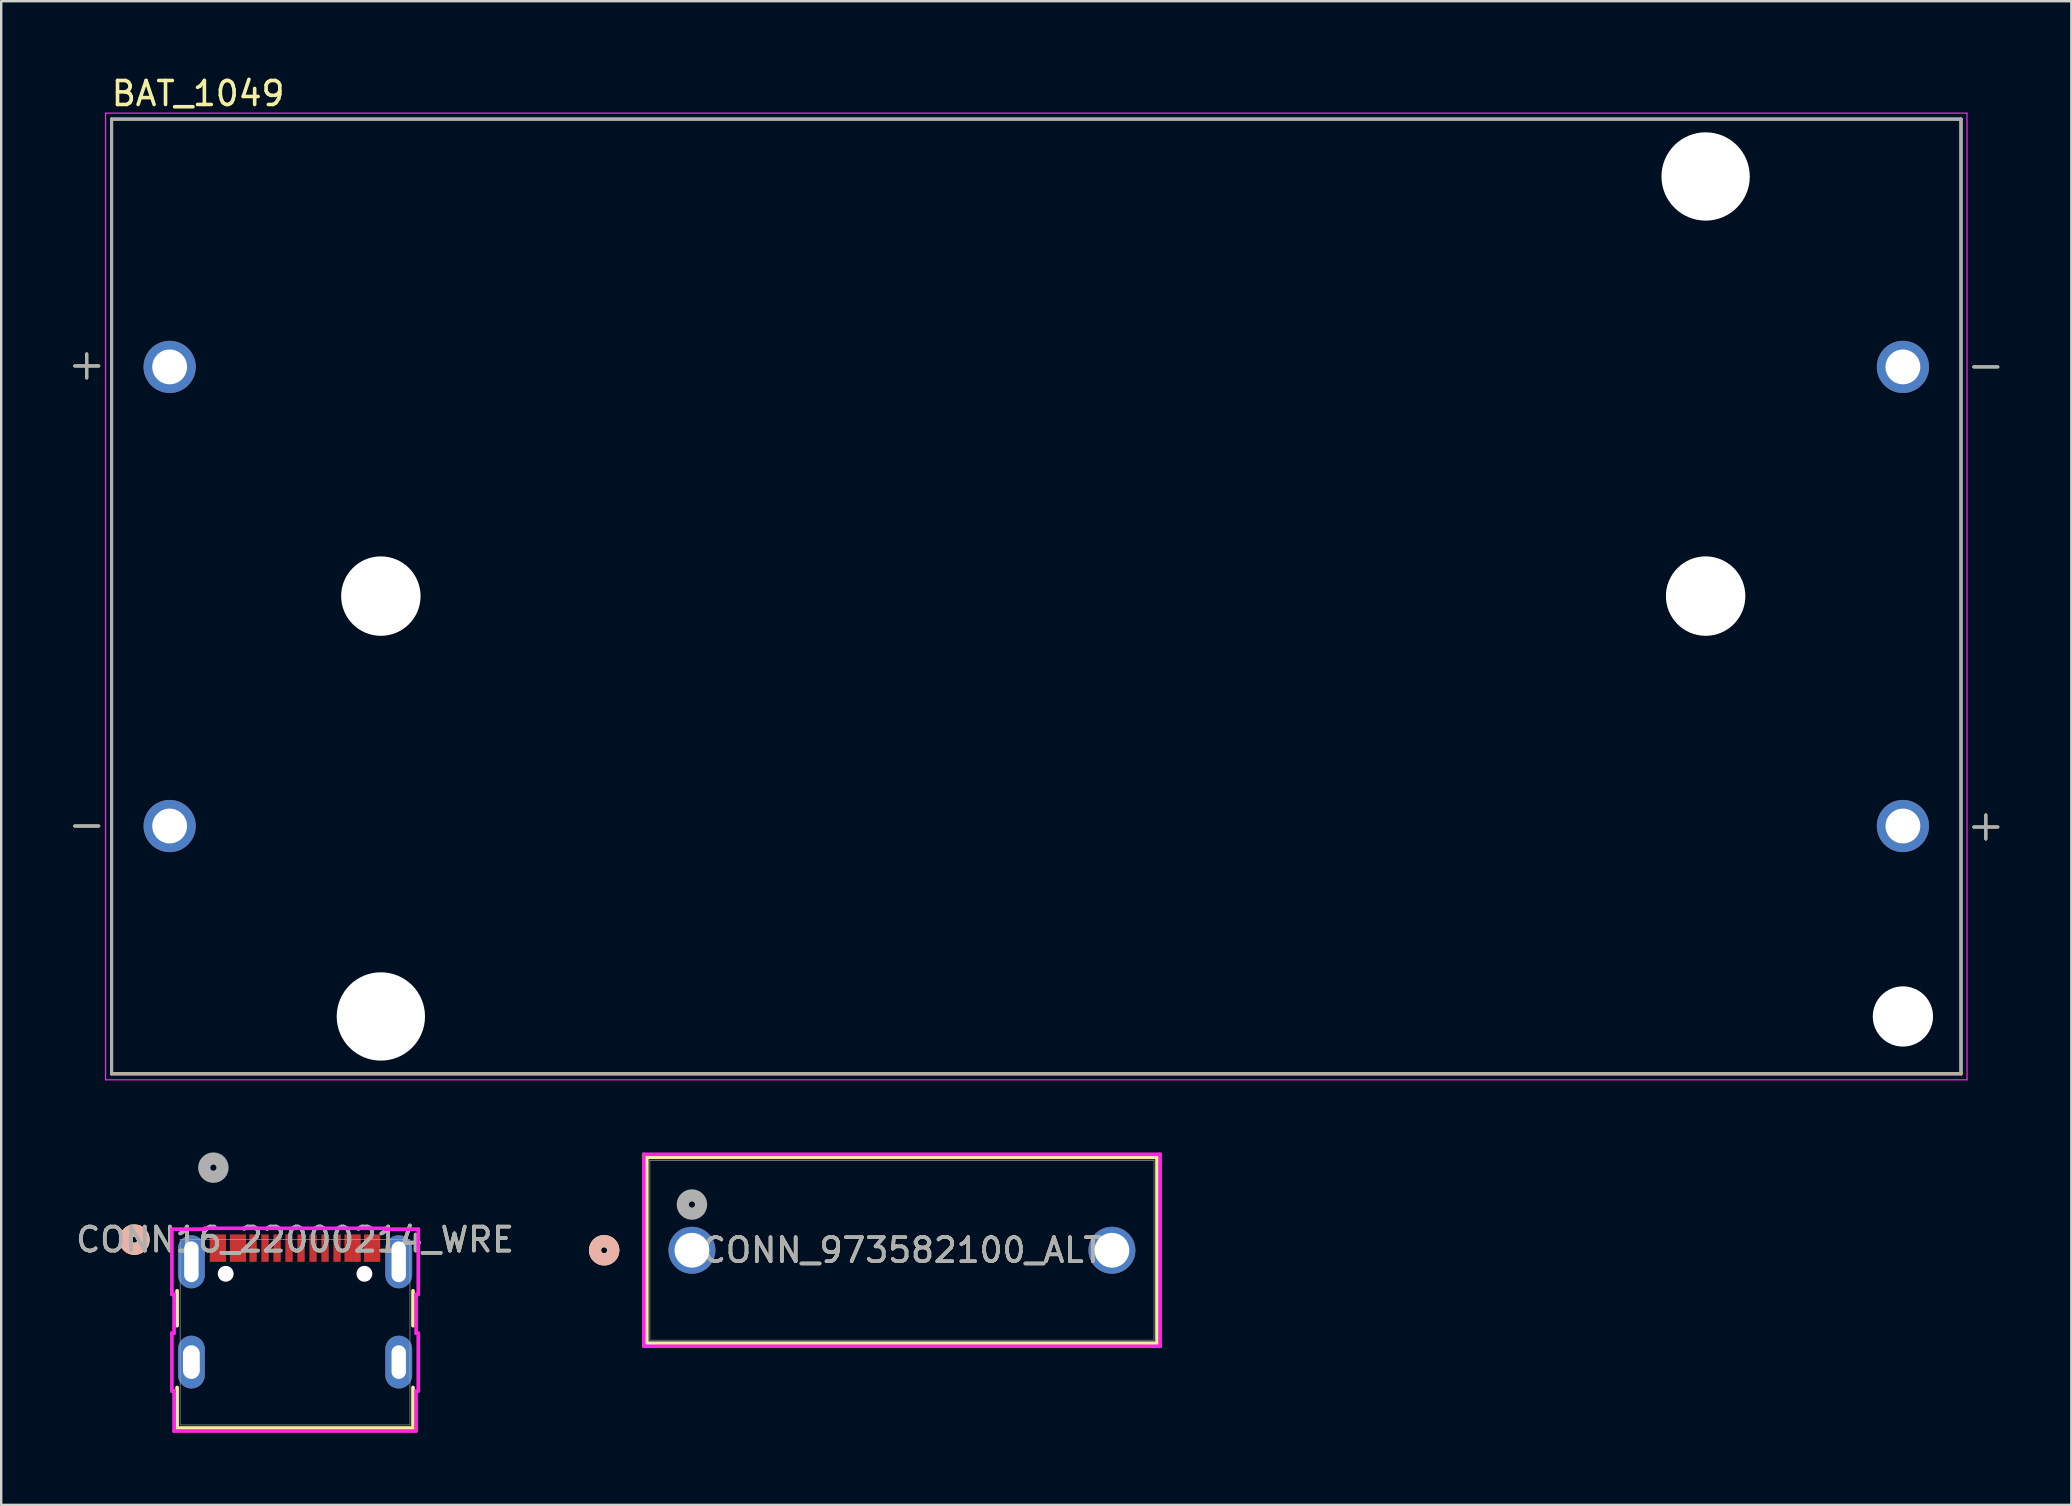
<source format=kicad_pcb>
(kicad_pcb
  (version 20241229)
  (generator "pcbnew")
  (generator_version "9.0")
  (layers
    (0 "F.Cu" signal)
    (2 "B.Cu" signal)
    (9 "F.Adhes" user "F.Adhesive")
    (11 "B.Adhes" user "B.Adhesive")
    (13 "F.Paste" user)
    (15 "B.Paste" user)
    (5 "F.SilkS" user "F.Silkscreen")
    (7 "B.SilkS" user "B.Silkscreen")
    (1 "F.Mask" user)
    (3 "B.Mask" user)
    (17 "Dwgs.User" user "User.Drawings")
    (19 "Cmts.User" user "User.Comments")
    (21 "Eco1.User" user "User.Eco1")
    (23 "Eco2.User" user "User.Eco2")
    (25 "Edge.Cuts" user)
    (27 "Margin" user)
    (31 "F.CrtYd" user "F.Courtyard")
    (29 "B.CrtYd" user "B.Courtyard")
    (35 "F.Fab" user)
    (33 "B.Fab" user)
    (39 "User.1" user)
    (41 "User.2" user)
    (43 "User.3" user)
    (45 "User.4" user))
  (footprint "BAT_1049"
    (layer "F.Cu")
    (at 40.129 21.803)
    (property "Reference" "BAT_1049" (at -34.925 -20.955 0) (layer "F.SilkS") (effects (font (size 1 1) (thickness 0.15))))
    (attr through_hole)
    (fp_line (start -40.065 9.565) (end -39.065 9.565) (stroke (width 0.127) (type solid)) (layer "F.SilkS"))
    (fp_line (start -39.565 -9.105) (end -39.565 -10.105) (stroke (width 0.127) (type solid)) (layer "F.SilkS"))
    (fp_line (start -39.065 -9.605) (end -40.065 -9.605) (stroke (width 0.127) (type solid)) (layer "F.SilkS"))
    (fp_line (start -38.53 -19.89) (end 38.53 -19.89) (stroke (width 0.127) (type solid)) (layer "F.SilkS"))
    (fp_line (start -38.53 19.89) (end -38.53 -19.89) (stroke (width 0.127) (type solid)) (layer "F.SilkS"))
    (fp_line (start 38.53 -19.89) (end 38.53 19.89) (stroke (width 0.127) (type solid)) (layer "F.SilkS"))
    (fp_line (start 38.53 19.89) (end -38.53 19.89) (stroke (width 0.127) (type solid)) (layer "F.SilkS"))
    (fp_line (start 39.065 9.605) (end 40.065 9.605) (stroke (width 0.127) (type solid)) (layer "F.SilkS"))
    (fp_line (start 39.565 9.105) (end 39.565 10.105) (stroke (width 0.127) (type solid)) (layer "F.SilkS"))
    (fp_line (start 40.065 -9.565) (end 39.065 -9.565) (stroke (width 0.127) (type solid)) (layer "F.SilkS"))
    (fp_line (start -38.78 -20.14) (end 38.78 -20.14) (stroke (width 0.05) (type solid)) (layer "F.CrtYd"))
    (fp_line (start -38.78 20.14) (end -38.78 -20.14) (stroke (width 0.05) (type solid)) (layer "F.CrtYd"))
    (fp_line (start 38.78 -20.14) (end 38.78 20.14) (stroke (width 0.05) (type solid)) (layer "F.CrtYd"))
    (fp_line (start 38.78 20.14) (end -38.78 20.14) (stroke (width 0.05) (type solid)) (layer "F.CrtYd"))
    (fp_line (start -40.065 -9.605) (end -39.065 -9.605) (stroke (width 0.127) (type solid)) (layer "F.Fab"))
    (fp_line (start -40.065 9.565) (end -39.065 9.565) (stroke (width 0.127) (type solid)) (layer "F.Fab"))
    (fp_line (start -39.565 -9.105) (end -39.565 -10.105) (stroke (width 0.127) (type solid)) (layer "F.Fab"))
    (fp_line (start -38.53 -19.89) (end 38.53 -19.89) (stroke (width 0.127) (type solid)) (layer "F.Fab"))
    (fp_line (start -38.53 19.89) (end -38.53 -19.89) (stroke (width 0.127) (type solid)) (layer "F.Fab"))
    (fp_line (start 38.53 -19.89) (end 38.53 19.89) (stroke (width 0.127) (type solid)) (layer "F.Fab"))
    (fp_line (start 38.53 19.89) (end -38.53 19.89) (stroke (width 0.127) (type solid)) (layer "F.Fab"))
    (fp_line (start 39.565 9.105) (end 39.565 10.105) (stroke (width 0.127) (type solid)) (layer "F.Fab"))
    (fp_line (start 40.065 -9.565) (end 39.065 -9.565) (stroke (width 0.127) (type solid)) (layer "F.Fab"))
    (fp_line (start 40.065 9.605) (end 39.065 9.605) (stroke (width 0.127) (type solid)) (layer "F.Fab"))
    (pad "" np_thru_hole circle (at -27.31 -0.015) (size 3.31 3.31) (drill 3.31) (layers "*.Cu" "*.Mask"))
    (pad "" np_thru_hole circle (at -27.31 17.5) (size 3.68 3.68) (drill 3.68) (layers "*.Cu" "*.Mask"))
    (pad "" np_thru_hole circle (at 27.89 -17.5) (size 3.68 3.68) (drill 3.68) (layers "*.Cu" "*.Mask"))
    (pad "" np_thru_hole circle (at 27.89 -0.015) (size 3.31 3.31) (drill 3.31) (layers "*.Cu" "*.Mask"))
    (pad "" np_thru_hole circle (at 36.11 17.5) (size 2.51 2.51) (drill 2.51) (layers "*.Cu" "*.Mask"))
    (pad "N1" thru_hole circle (at 36.11 -9.565) (size 2.175 2.175) (drill 1.45) (layers "*.Cu" "*.Mask"))
    (pad "N2" thru_hole circle (at -36.11 9.565) (size 2.175 2.175) (drill 1.45) (layers "*.Cu" "*.Mask"))
    (pad "P1" thru_hole circle (at -36.11 -9.565) (size 2.175 2.175) (drill 1.45) (layers "*.Cu" "*.Mask"))
    (pad "P2" thru_hole circle (at 36.11 9.565) (size 2.175 2.175) (drill 1.45) (layers "*.Cu" "*.Mask")))
  (footprint "CONN16_22000214_WRE"
    (layer "F.Cu")
    (at 5.841 48.956)
    (property "Reference" "CONN16_22000214_WRE" (at 3.403 -0.353 0) (unlocked yes) (layer "F.SilkS") (effects (font (size 1 1) (thickness 0.15))))
    (attr smd)
    (fp_line (start -1.512 1.779) (end -1.512 3.233) (stroke (width 0.152) (type solid)) (layer "F.SilkS"))
    (fp_line (start -1.512 5.807) (end -1.512 7.496) (stroke (width 0.152) (type solid)) (layer "F.SilkS"))
    (fp_line (start -1.512 7.496) (end 8.318 7.496) (stroke (width 0.152) (type solid)) (layer "F.SilkS"))
    (fp_line (start 8.318 3.233) (end 8.318 1.779) (stroke (width 0.152) (type solid)) (layer "F.SilkS"))
    (fp_line (start 8.318 7.496) (end 8.318 5.807) (stroke (width 0.152) (type solid)) (layer "F.SilkS"))
    (fp_circle (center -3.29 -0.353) (end -2.909 -0.353) (stroke (width 0.508) (type solid)) (fill no) (layer "F.SilkS"))
    (fp_circle (center -3.29 -0.353) (end -2.909 -0.353) (stroke (width 0.508) (type solid)) (fill no) (layer "B.SilkS"))
    (fp_poly (pts (xy 1.309 0.218) (xy 0.699 0.218) (xy 0.699 -0.924) (xy 1.309 -0.924)) (stroke (width 0) (type solid)) (fill yes) (layer "F.Paste"))
    (fp_poly (pts (xy 5.498 0.218) (xy 5.498 -0.924) (xy 6.108 -0.924) (xy 6.108 0.218)) (stroke (width 0) (type solid)) (fill yes) (layer "F.Paste"))
    (fp_poly (pts (xy 6.299 0.218) (xy 6.299 -0.924) (xy 6.908 -0.924) (xy 6.908 0.218)) (stroke (width 0) (type solid)) (fill yes) (layer "F.Paste"))
    (fp_line (start -1.729 -0.79) (end -1.729 1.928) (stroke (width 0.152) (type solid)) (layer "F.CrtYd"))
    (fp_line (start -1.729 1.928) (end -1.639 1.928) (stroke (width 0.152) (type solid)) (layer "F.CrtYd"))
    (fp_line (start -1.729 3.542) (end -1.729 5.955) (stroke (width 0.152) (type solid)) (layer "F.CrtYd"))
    (fp_line (start -1.729 5.955) (end -1.639 5.955) (stroke (width 0.152) (type solid)) (layer "F.CrtYd"))
    (fp_line (start -1.639 1.928) (end -1.639 3.542) (stroke (width 0.152) (type solid)) (layer "F.CrtYd"))
    (fp_line (start -1.639 3.542) (end -1.729 3.542) (stroke (width 0.152) (type solid)) (layer "F.CrtYd"))
    (fp_line (start -1.639 5.955) (end -1.639 7.623) (stroke (width 0.152) (type solid)) (layer "F.CrtYd"))
    (fp_line (start -1.639 7.623) (end 8.445 7.623) (stroke (width 0.152) (type solid)) (layer "F.CrtYd"))
    (fp_line (start -0.356 -0.826) (end -0.356 -0.79) (stroke (width 0.152) (type solid)) (layer "F.CrtYd"))
    (fp_line (start -0.356 -0.79) (end -1.729 -0.79) (stroke (width 0.152) (type solid)) (layer "F.CrtYd"))
    (fp_line (start 7.162 -0.826) (end -0.356 -0.826) (stroke (width 0.152) (type solid)) (layer "F.CrtYd"))
    (fp_line (start 7.162 -0.79) (end 7.162 -0.826) (stroke (width 0.152) (type solid)) (layer "F.CrtYd"))
    (fp_line (start 8.445 7.623) (end 8.445 5.955) (stroke (width 0.152) (type solid)) (layer "F.CrtYd"))
    (fp_line (start 8.445 5.955) (end 8.536 5.955) (stroke (width 0.152) (type solid)) (layer "F.CrtYd"))
    (fp_line (start 8.445 3.542) (end 8.445 1.928) (stroke (width 0.152) (type solid)) (layer "F.CrtYd"))
    (fp_line (start 8.445 1.928) (end 8.536 1.928) (stroke (width 0.152) (type solid)) (layer "F.CrtYd"))
    (fp_line (start 8.536 -0.79) (end 7.162 -0.79) (stroke (width 0.152) (type solid)) (layer "F.CrtYd"))
    (fp_line (start 8.536 1.928) (end 8.536 -0.79) (stroke (width 0.152) (type solid)) (layer "F.CrtYd"))
    (fp_line (start 8.536 3.542) (end 8.445 3.542) (stroke (width 0.152) (type solid)) (layer "F.CrtYd"))
    (fp_line (start 8.536 5.955) (end 8.536 3.542) (stroke (width 0.152) (type solid)) (layer "F.CrtYd"))
    (fp_line (start -1.385 -0.353) (end -1.385 7.369) (stroke (width 0.025) (type solid)) (layer "F.Fab"))
    (fp_line (start -1.385 7.369) (end 8.191 7.369) (stroke (width 0.025) (type solid)) (layer "F.Fab"))
    (fp_line (start 8.191 -0.353) (end -1.385 -0.353) (stroke (width 0.025) (type solid)) (layer "F.Fab"))
    (fp_line (start 8.191 7.369) (end 8.191 -0.353) (stroke (width 0.025) (type solid)) (layer "F.Fab"))
    (fp_circle (center 0 -3.353) (end 0.381 -3.353) (stroke (width 0.508) (type solid)) (fill no) (layer "F.Fab"))
    (fp_text user "${REFERENCE}" (at 3.403 -0.353 0) (unlocked yes) (layer "F.Fab") (effects (font (size 1 1) (thickness 0.15))))
    (pad "" np_thru_hole circle (at 0.513 1.069) (size 0.66 0.66) (drill 0.66) (layers "*.Cu" "*.Mask"))
    (pad "" np_thru_hole circle (at 6.293 1.069) (size 0.66 0.66) (drill 0.66) (layers "*.Cu" "*.Mask"))
    (pad "1" thru_hole oval (at -0.917 0.569 90) (size 2.21 1.118) (drill oval 1.7 0.6) (layers "*.Cu" "*.Mask"))
    (pad "1" thru_hole oval (at -0.917 4.749 90) (size 2.2 1.118) (drill oval 1.4 0.7) (layers "*.Cu" "*.Mask"))
    (pad "1" thru_hole oval (at 7.723 0.569 90) (size 2.21 1.118) (drill oval 1.7 0.6) (layers "*.Cu" "*.Mask"))
    (pad "1" thru_hole oval (at 7.723 4.749 90) (size 2.2 1.118) (drill oval 1.4 0.6) (layers "*.Cu" "*.Mask"))
    (pad "A1" smd rect (at 0 0) (size 0.305 1.143) (layers "F.Cu" "F.Mask" "F.Paste"))
    (pad "A4" smd rect (at 0.838 0) (size 0.305 1.143) (layers "F.Cu" "F.Mask" "F.Paste"))
    (pad "A5" smd rect (at 2.153 0) (size 0.305 1.143) (layers "F.Cu" "F.Mask" "F.Paste"))
    (pad "A6" smd rect (at 3.153 0) (size 0.305 1.143) (layers "F.Cu" "F.Mask" "F.Paste"))
    (pad "A7" smd rect (at 3.653 0) (size 0.305 1.143) (layers "F.Cu" "F.Mask" "F.Paste"))
    (pad "A8" smd rect (at 4.654 0) (size 0.305 1.143) (layers "F.Cu" "F.Mask" "F.Paste"))
    (pad "A9" smd rect (at 5.987 0) (size 0.305 1.143) (layers "F.Cu" "F.Mask" "F.Paste"))
    (pad "A12" smd rect (at 6.8 0) (size 0.305 1.143) (layers "F.Cu" "F.Mask" "F.Paste"))
    (pad "B1" smd rect (at 6.469 0) (size 0.39 1.143) (layers "F.Cu" "F.Mask" "F.Paste"))
    (pad "B4" smd rect (at 5.657 0) (size 0.39 1.143) (layers "F.Cu" "F.Mask" "F.Paste"))
    (pad "B5" smd rect (at 5.154 0) (size 0.305 1.143) (layers "F.Cu" "F.Mask" "F.Paste"))
    (pad "B6" smd rect (at 4.154 0) (size 0.305 1.143) (layers "F.Cu" "F.Mask" "F.Paste"))
    (pad "B7" smd rect (at 2.653 0) (size 0.305 1.143) (layers "F.Cu" "F.Mask" "F.Paste"))
    (pad "B8" smd rect (at 1.653 0) (size 0.305 1.143) (layers "F.Cu" "F.Mask" "F.Paste"))
    (pad "B9" smd rect (at 1.168 0) (size 0.39 1.143) (layers "F.Cu" "F.Mask" "F.Paste"))
    (pad "B12" smd rect (at 0.33 0) (size 0.39 1.143) (layers "F.Cu" "F.Mask" "F.Paste")))
  (footprint "CONN_973582100_ALT"
    (layer "F.Cu")
    (at 25.781 49.045)
    (property "Reference" "CONN_973582100_ALT" (at 8.75 0 0) (unlocked yes) (layer "F.SilkS") (effects (font (size 1 1) (thickness 0.15))))
    (attr through_hole)
    (fp_line (start -1.88 -3.873) (end -1.88 3.873) (stroke (width 0.152) (type solid)) (layer "F.SilkS"))
    (fp_line (start -1.88 3.873) (end 19.38 3.873) (stroke (width 0.152) (type solid)) (layer "F.SilkS"))
    (fp_line (start 19.38 -3.873) (end -1.88 -3.873) (stroke (width 0.152) (type solid)) (layer "F.SilkS"))
    (fp_line (start 19.38 3.873) (end 19.38 -3.873) (stroke (width 0.152) (type solid)) (layer "F.SilkS"))
    (fp_circle (center -3.658 0) (end -3.277 0) (stroke (width 0.508) (type solid)) (fill no) (layer "F.SilkS"))
    (fp_circle (center -3.658 0) (end -3.277 0) (stroke (width 0.508) (type solid)) (fill no) (layer "B.SilkS"))
    (fp_line (start -2.007 -4) (end -2.007 4) (stroke (width 0.152) (type solid)) (layer "F.CrtYd"))
    (fp_line (start -2.007 4) (end 19.507 4) (stroke (width 0.152) (type solid)) (layer "F.CrtYd"))
    (fp_line (start 19.507 -4) (end -2.007 -4) (stroke (width 0.152) (type solid)) (layer "F.CrtYd"))
    (fp_line (start 19.507 4) (end 19.507 -4) (stroke (width 0.152) (type solid)) (layer "F.CrtYd"))
    (fp_line (start -1.753 -3.747) (end -1.753 3.747) (stroke (width 0.025) (type solid)) (layer "F.Fab"))
    (fp_line (start -1.753 3.747) (end 19.253 3.747) (stroke (width 0.025) (type solid)) (layer "F.Fab"))
    (fp_line (start 19.253 -3.747) (end -1.753 -3.747) (stroke (width 0.025) (type solid)) (layer "F.Fab"))
    (fp_line (start 19.253 3.747) (end 19.253 -3.747) (stroke (width 0.025) (type solid)) (layer "F.Fab"))
    (fp_circle (center 0 -1.905) (end 0.381 -1.905) (stroke (width 0.508) (type solid)) (fill no) (layer "F.Fab"))
    (fp_text user "${REFERENCE}" (at 8.75 0 0) (unlocked yes) (layer "F.Fab") (effects (font (size 1 1) (thickness 0.15))))
    (pad "1" thru_hole circle (at 0 0) (size 1.956 1.956) (drill 1.448) (layers "*.Cu" "*.Mask"))
    (pad "2" thru_hole circle (at 17.5 0) (size 1.956 1.956) (drill 1.448) (layers "*.Cu" "*.Mask")))
  (gr_rect
    (start -3 -3)
    (end 83.257 59.655)
    (stroke (width 0.1) (type default))
    (fill no)
    (layer "Edge.Cuts")))
</source>
